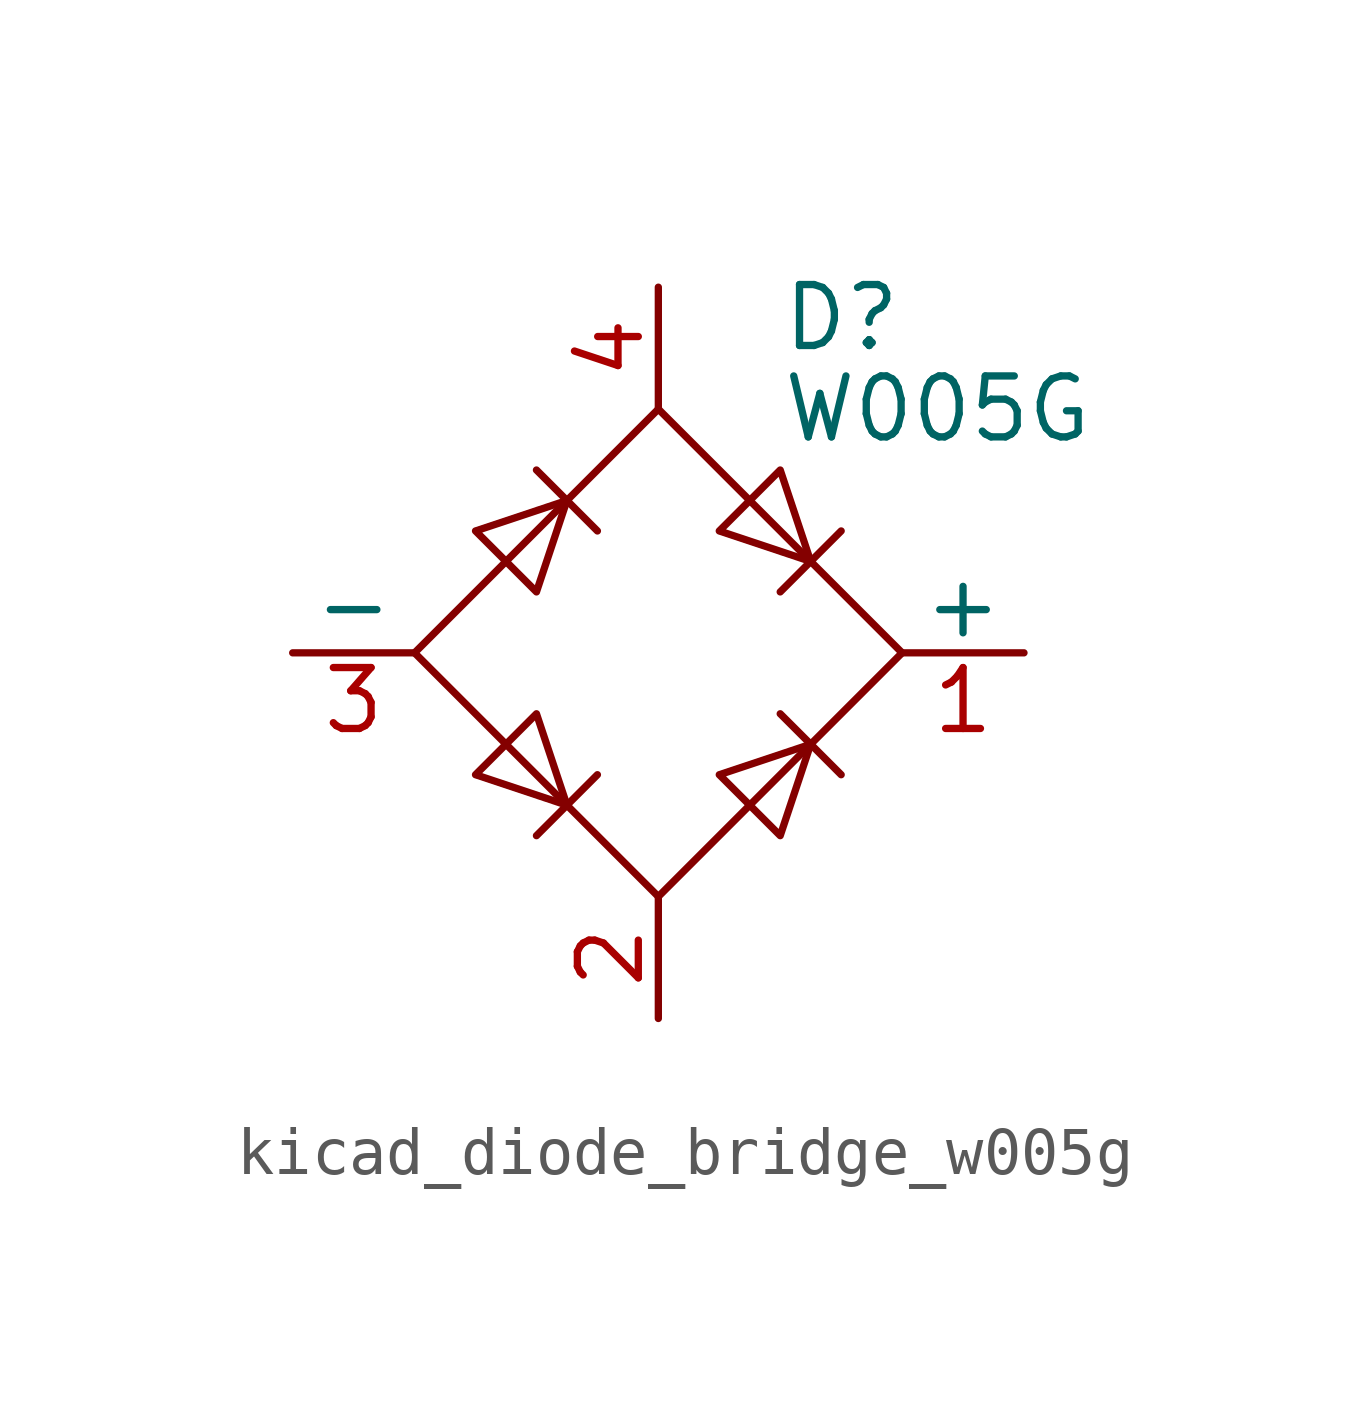
<source format=kicad_sym>
(kicad_symbol_lib
  (version 20220914)
  (generator kicad_symbol_editor)
  (symbol "kicad_diode_bridge_w005g"
    (pin_names
      (offset 0))
    (property "Reference" "D"
      (at 2.54 6.985 0)
      (effects (font (size 1.27 1.27)) (justify left)))
    (property "Value" "W005G"
      (at 2.54 5.08 0)
      (effects (font (size 1.27 1.27)) (justify left)))
    (symbol "kicad_diode_bridge_w005g_0_1"
      (polyline (pts (xy -2.54 3.81) (xy -1.27 2.54)) (stroke (width 0) (type default)) (fill (type none)))
      (polyline (pts (xy -1.27 -2.54) (xy -2.54 -3.81)) (stroke (width 0) (type default)) (fill (type none)))
      (polyline (pts (xy 2.54 -1.27) (xy 3.81 -2.54)) (stroke (width 0) (type default)) (fill (type none)))
      (polyline (pts (xy 2.54 1.27) (xy 3.81 2.54)) (stroke (width 0) (type default)) (fill (type none)))
      (polyline (pts (xy -3.81 2.54) (xy -2.54 1.27) (xy -1.905 3.175) (xy -3.81 2.54)) (stroke (width 0) (type default)) (fill (type none)))
      (polyline (pts (xy -2.54 -1.27) (xy -3.81 -2.54) (xy -1.905 -3.175) (xy -2.54 -1.27)) (stroke (width 0) (type default)) (fill (type none)))
      (polyline (pts (xy 1.27 2.54) (xy 2.54 3.81) (xy 3.175 1.905) (xy 1.27 2.54)) (stroke (width 0) (type default)) (fill (type none)))
      (polyline (pts (xy 3.175 -1.905) (xy 1.27 -2.54) (xy 2.54 -3.81) (xy 3.175 -1.905)) (stroke (width 0) (type default)) (fill (type none)))
      (polyline (pts (xy -5.08 0) (xy 0 -5.08) (xy 5.08 0) (xy 0 5.08) (xy -5.08 0)) (stroke (width 0) (type default)) (fill (type none))))
    (symbol "kicad_diode_bridge_w005g_1_1"
      (pin passive line (at 7.62 0 180) (length 2.54) (name "+" (effects (font (size 1.27 1.27)))) (number "1" (effects (font (size 1.27 1.27)))))
      (pin passive line (at 0 -7.62 90) (length 2.54) (name "~" (effects (font (size 1.27 1.27)))) (number "2" (effects (font (size 1.27 1.27)))))
      (pin passive line (at -7.62 0 0) (length 2.54) (name "-" (effects (font (size 1.27 1.27)))) (number "3" (effects (font (size 1.27 1.27)))))
      (pin passive line (at 0 7.62 270) (length 2.54) (name "~" (effects (font (size 1.27 1.27)))) (number "4" (effects (font (size 1.27 1.27))))))))
</source>
